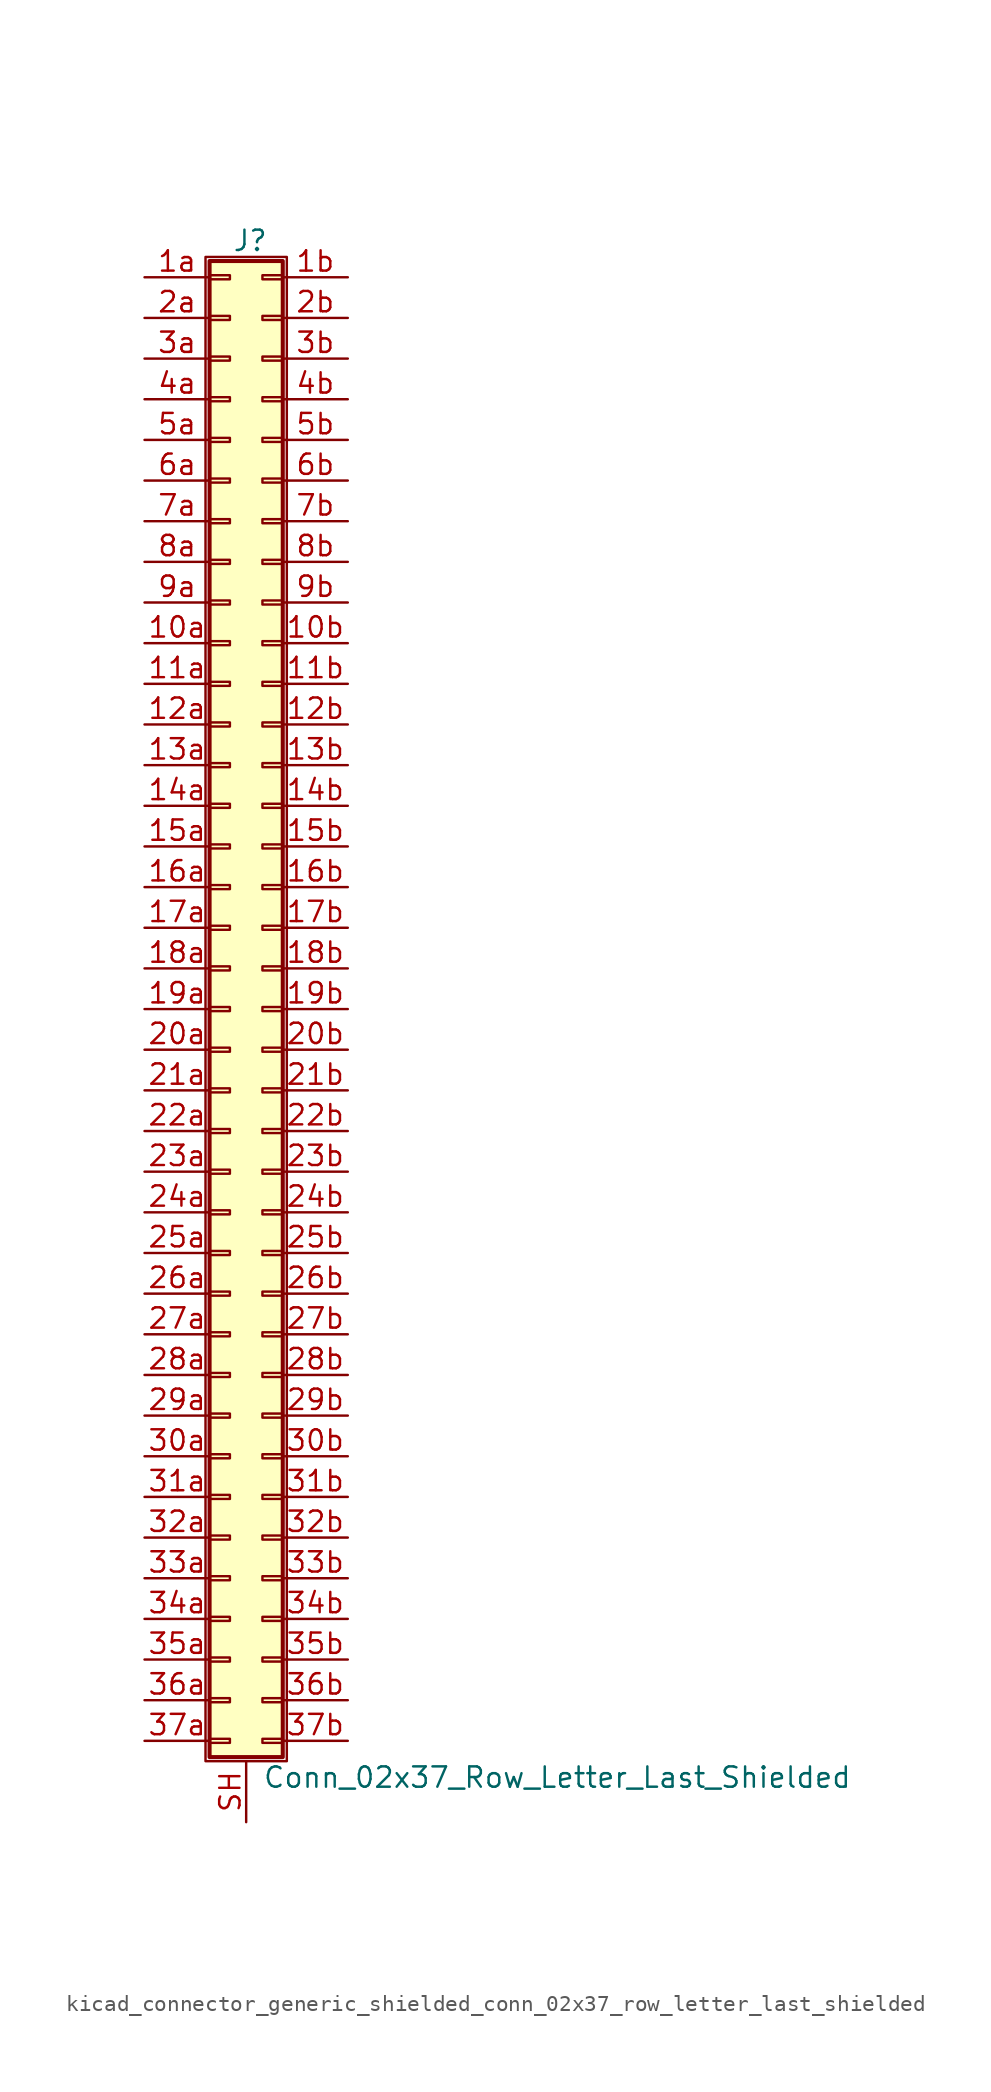
<source format=kicad_sym>
(kicad_symbol_lib
  (version 20220914)
  (generator kicad_symbol_editor)
  (symbol "kicad_connector_generic_shielded_conn_02x37_row_letter_last_shielded"
    (pin_names
      (offset 1.016) hide)
    (property "Reference" "J"
      (at 1.524 48.006 0)
      (effects (font (size 1.27 1.27))))
    (property "Value" "Conn_02x37_Row_Letter_Last_Shielded"
      (at 2.286 -48.006 0)
      (effects (font (size 1.27 1.27)) (justify left)))
    (symbol "kicad_connector_generic_shielded_conn_02x37_row_letter_last_shielded_1_1"
      (rectangle (start -1.27 46.99) (end 3.81 -46.99) (stroke (width 0.152) (type default)) (fill (type none)))
      (rectangle (start -1.016 -45.593) (end 0.254 -45.847) (stroke (width 0.152) (type default)) (fill (type none)))
      (rectangle (start -1.016 -43.053) (end 0.254 -43.307) (stroke (width 0.152) (type default)) (fill (type none)))
      (rectangle (start -1.016 -40.513) (end 0.254 -40.767) (stroke (width 0.152) (type default)) (fill (type none)))
      (rectangle (start -1.016 -37.973) (end 0.254 -38.227) (stroke (width 0.152) (type default)) (fill (type none)))
      (rectangle (start -1.016 -35.433) (end 0.254 -35.687) (stroke (width 0.152) (type default)) (fill (type none)))
      (rectangle (start -1.016 -32.893) (end 0.254 -33.147) (stroke (width 0.152) (type default)) (fill (type none)))
      (rectangle (start -1.016 -30.353) (end 0.254 -30.607) (stroke (width 0.152) (type default)) (fill (type none)))
      (rectangle (start -1.016 -27.813) (end 0.254 -28.067) (stroke (width 0.152) (type default)) (fill (type none)))
      (rectangle (start -1.016 -25.273) (end 0.254 -25.527) (stroke (width 0.152) (type default)) (fill (type none)))
      (rectangle (start -1.016 -22.733) (end 0.254 -22.987) (stroke (width 0.152) (type default)) (fill (type none)))
      (rectangle (start -1.016 -20.193) (end 0.254 -20.447) (stroke (width 0.152) (type default)) (fill (type none)))
      (rectangle (start -1.016 -17.653) (end 0.254 -17.907) (stroke (width 0.152) (type default)) (fill (type none)))
      (rectangle (start -1.016 -15.113) (end 0.254 -15.367) (stroke (width 0.152) (type default)) (fill (type none)))
      (rectangle (start -1.016 -12.573) (end 0.254 -12.827) (stroke (width 0.152) (type default)) (fill (type none)))
      (rectangle (start -1.016 -10.033) (end 0.254 -10.287) (stroke (width 0.152) (type default)) (fill (type none)))
      (rectangle (start -1.016 -7.493) (end 0.254 -7.747) (stroke (width 0.152) (type default)) (fill (type none)))
      (rectangle (start -1.016 -4.953) (end 0.254 -5.207) (stroke (width 0.152) (type default)) (fill (type none)))
      (rectangle (start -1.016 -2.413) (end 0.254 -2.667) (stroke (width 0.152) (type default)) (fill (type none)))
      (rectangle (start -1.016 0.127) (end 0.254 -0.127) (stroke (width 0.152) (type default)) (fill (type none)))
      (rectangle (start -1.016 2.667) (end 0.254 2.413) (stroke (width 0.152) (type default)) (fill (type none)))
      (rectangle (start -1.016 5.207) (end 0.254 4.953) (stroke (width 0.152) (type default)) (fill (type none)))
      (rectangle (start -1.016 7.747) (end 0.254 7.493) (stroke (width 0.152) (type default)) (fill (type none)))
      (rectangle (start -1.016 10.287) (end 0.254 10.033) (stroke (width 0.152) (type default)) (fill (type none)))
      (rectangle (start -1.016 12.827) (end 0.254 12.573) (stroke (width 0.152) (type default)) (fill (type none)))
      (rectangle (start -1.016 15.367) (end 0.254 15.113) (stroke (width 0.152) (type default)) (fill (type none)))
      (rectangle (start -1.016 17.907) (end 0.254 17.653) (stroke (width 0.152) (type default)) (fill (type none)))
      (rectangle (start -1.016 20.447) (end 0.254 20.193) (stroke (width 0.152) (type default)) (fill (type none)))
      (rectangle (start -1.016 22.987) (end 0.254 22.733) (stroke (width 0.152) (type default)) (fill (type none)))
      (rectangle (start -1.016 25.527) (end 0.254 25.273) (stroke (width 0.152) (type default)) (fill (type none)))
      (rectangle (start -1.016 28.067) (end 0.254 27.813) (stroke (width 0.152) (type default)) (fill (type none)))
      (rectangle (start -1.016 30.607) (end 0.254 30.353) (stroke (width 0.152) (type default)) (fill (type none)))
      (rectangle (start -1.016 33.147) (end 0.254 32.893) (stroke (width 0.152) (type default)) (fill (type none)))
      (rectangle (start -1.016 35.687) (end 0.254 35.433) (stroke (width 0.152) (type default)) (fill (type none)))
      (rectangle (start -1.016 38.227) (end 0.254 37.973) (stroke (width 0.152) (type default)) (fill (type none)))
      (rectangle (start -1.016 40.767) (end 0.254 40.513) (stroke (width 0.152) (type default)) (fill (type none)))
      (rectangle (start -1.016 43.307) (end 0.254 43.053) (stroke (width 0.152) (type default)) (fill (type none)))
      (rectangle (start -1.016 45.847) (end 0.254 45.593) (stroke (width 0.152) (type default)) (fill (type none)))
      (rectangle (start -1.016 46.736) (end 3.556 -46.736) (stroke (width 0.254) (type default)) (fill (type background)))
      (rectangle (start 3.556 -45.593) (end 2.286 -45.847) (stroke (width 0.152) (type default)) (fill (type none)))
      (rectangle (start 3.556 -43.053) (end 2.286 -43.307) (stroke (width 0.152) (type default)) (fill (type none)))
      (rectangle (start 3.556 -40.513) (end 2.286 -40.767) (stroke (width 0.152) (type default)) (fill (type none)))
      (rectangle (start 3.556 -37.973) (end 2.286 -38.227) (stroke (width 0.152) (type default)) (fill (type none)))
      (rectangle (start 3.556 -35.433) (end 2.286 -35.687) (stroke (width 0.152) (type default)) (fill (type none)))
      (rectangle (start 3.556 -32.893) (end 2.286 -33.147) (stroke (width 0.152) (type default)) (fill (type none)))
      (rectangle (start 3.556 -30.353) (end 2.286 -30.607) (stroke (width 0.152) (type default)) (fill (type none)))
      (rectangle (start 3.556 -27.813) (end 2.286 -28.067) (stroke (width 0.152) (type default)) (fill (type none)))
      (rectangle (start 3.556 -25.273) (end 2.286 -25.527) (stroke (width 0.152) (type default)) (fill (type none)))
      (rectangle (start 3.556 -22.733) (end 2.286 -22.987) (stroke (width 0.152) (type default)) (fill (type none)))
      (rectangle (start 3.556 -20.193) (end 2.286 -20.447) (stroke (width 0.152) (type default)) (fill (type none)))
      (rectangle (start 3.556 -17.653) (end 2.286 -17.907) (stroke (width 0.152) (type default)) (fill (type none)))
      (rectangle (start 3.556 -15.113) (end 2.286 -15.367) (stroke (width 0.152) (type default)) (fill (type none)))
      (rectangle (start 3.556 -12.573) (end 2.286 -12.827) (stroke (width 0.152) (type default)) (fill (type none)))
      (rectangle (start 3.556 -10.033) (end 2.286 -10.287) (stroke (width 0.152) (type default)) (fill (type none)))
      (rectangle (start 3.556 -7.493) (end 2.286 -7.747) (stroke (width 0.152) (type default)) (fill (type none)))
      (rectangle (start 3.556 -4.953) (end 2.286 -5.207) (stroke (width 0.152) (type default)) (fill (type none)))
      (rectangle (start 3.556 -2.413) (end 2.286 -2.667) (stroke (width 0.152) (type default)) (fill (type none)))
      (rectangle (start 3.556 0.127) (end 2.286 -0.127) (stroke (width 0.152) (type default)) (fill (type none)))
      (rectangle (start 3.556 2.667) (end 2.286 2.413) (stroke (width 0.152) (type default)) (fill (type none)))
      (rectangle (start 3.556 5.207) (end 2.286 4.953) (stroke (width 0.152) (type default)) (fill (type none)))
      (rectangle (start 3.556 7.747) (end 2.286 7.493) (stroke (width 0.152) (type default)) (fill (type none)))
      (rectangle (start 3.556 10.287) (end 2.286 10.033) (stroke (width 0.152) (type default)) (fill (type none)))
      (rectangle (start 3.556 12.827) (end 2.286 12.573) (stroke (width 0.152) (type default)) (fill (type none)))
      (rectangle (start 3.556 15.367) (end 2.286 15.113) (stroke (width 0.152) (type default)) (fill (type none)))
      (rectangle (start 3.556 17.907) (end 2.286 17.653) (stroke (width 0.152) (type default)) (fill (type none)))
      (rectangle (start 3.556 20.447) (end 2.286 20.193) (stroke (width 0.152) (type default)) (fill (type none)))
      (rectangle (start 3.556 22.987) (end 2.286 22.733) (stroke (width 0.152) (type default)) (fill (type none)))
      (rectangle (start 3.556 25.527) (end 2.286 25.273) (stroke (width 0.152) (type default)) (fill (type none)))
      (rectangle (start 3.556 28.067) (end 2.286 27.813) (stroke (width 0.152) (type default)) (fill (type none)))
      (rectangle (start 3.556 30.607) (end 2.286 30.353) (stroke (width 0.152) (type default)) (fill (type none)))
      (rectangle (start 3.556 33.147) (end 2.286 32.893) (stroke (width 0.152) (type default)) (fill (type none)))
      (rectangle (start 3.556 35.687) (end 2.286 35.433) (stroke (width 0.152) (type default)) (fill (type none)))
      (rectangle (start 3.556 38.227) (end 2.286 37.973) (stroke (width 0.152) (type default)) (fill (type none)))
      (rectangle (start 3.556 40.767) (end 2.286 40.513) (stroke (width 0.152) (type default)) (fill (type none)))
      (rectangle (start 3.556 43.307) (end 2.286 43.053) (stroke (width 0.152) (type default)) (fill (type none)))
      (rectangle (start 3.556 45.847) (end 2.286 45.593) (stroke (width 0.152) (type default)) (fill (type none)))
      (pin passive line (at -5.08 22.86 0) (length 4.064) (name "Pin_10a" (effects (font (size 1.27 1.27)))) (number "10a" (effects (font (size 1.27 1.27)))))
      (pin passive line (at 7.62 22.86 180) (length 4.064) (name "Pin_10b" (effects (font (size 1.27 1.27)))) (number "10b" (effects (font (size 1.27 1.27)))))
      (pin passive line (at -5.08 20.32 0) (length 4.064) (name "Pin_11a" (effects (font (size 1.27 1.27)))) (number "11a" (effects (font (size 1.27 1.27)))))
      (pin passive line (at 7.62 20.32 180) (length 4.064) (name "Pin_11b" (effects (font (size 1.27 1.27)))) (number "11b" (effects (font (size 1.27 1.27)))))
      (pin passive line (at -5.08 17.78 0) (length 4.064) (name "Pin_12a" (effects (font (size 1.27 1.27)))) (number "12a" (effects (font (size 1.27 1.27)))))
      (pin passive line (at 7.62 17.78 180) (length 4.064) (name "Pin_12b" (effects (font (size 1.27 1.27)))) (number "12b" (effects (font (size 1.27 1.27)))))
      (pin passive line (at -5.08 15.24 0) (length 4.064) (name "Pin_13a" (effects (font (size 1.27 1.27)))) (number "13a" (effects (font (size 1.27 1.27)))))
      (pin passive line (at 7.62 15.24 180) (length 4.064) (name "Pin_13b" (effects (font (size 1.27 1.27)))) (number "13b" (effects (font (size 1.27 1.27)))))
      (pin passive line (at -5.08 12.7 0) (length 4.064) (name "Pin_14a" (effects (font (size 1.27 1.27)))) (number "14a" (effects (font (size 1.27 1.27)))))
      (pin passive line (at 7.62 12.7 180) (length 4.064) (name "Pin_14b" (effects (font (size 1.27 1.27)))) (number "14b" (effects (font (size 1.27 1.27)))))
      (pin passive line (at -5.08 10.16 0) (length 4.064) (name "Pin_15a" (effects (font (size 1.27 1.27)))) (number "15a" (effects (font (size 1.27 1.27)))))
      (pin passive line (at 7.62 10.16 180) (length 4.064) (name "Pin_15b" (effects (font (size 1.27 1.27)))) (number "15b" (effects (font (size 1.27 1.27)))))
      (pin passive line (at -5.08 7.62 0) (length 4.064) (name "Pin_16a" (effects (font (size 1.27 1.27)))) (number "16a" (effects (font (size 1.27 1.27)))))
      (pin passive line (at 7.62 7.62 180) (length 4.064) (name "Pin_16b" (effects (font (size 1.27 1.27)))) (number "16b" (effects (font (size 1.27 1.27)))))
      (pin passive line (at -5.08 5.08 0) (length 4.064) (name "Pin_17a" (effects (font (size 1.27 1.27)))) (number "17a" (effects (font (size 1.27 1.27)))))
      (pin passive line (at 7.62 5.08 180) (length 4.064) (name "Pin_17b" (effects (font (size 1.27 1.27)))) (number "17b" (effects (font (size 1.27 1.27)))))
      (pin passive line (at -5.08 2.54 0) (length 4.064) (name "Pin_18a" (effects (font (size 1.27 1.27)))) (number "18a" (effects (font (size 1.27 1.27)))))
      (pin passive line (at 7.62 2.54 180) (length 4.064) (name "Pin_18b" (effects (font (size 1.27 1.27)))) (number "18b" (effects (font (size 1.27 1.27)))))
      (pin passive line (at -5.08 0 0) (length 4.064) (name "Pin_19a" (effects (font (size 1.27 1.27)))) (number "19a" (effects (font (size 1.27 1.27)))))
      (pin passive line (at 7.62 0 180) (length 4.064) (name "Pin_19b" (effects (font (size 1.27 1.27)))) (number "19b" (effects (font (size 1.27 1.27)))))
      (pin passive line (at -5.08 45.72 0) (length 4.064) (name "Pin_1a" (effects (font (size 1.27 1.27)))) (number "1a" (effects (font (size 1.27 1.27)))))
      (pin passive line (at 7.62 45.72 180) (length 4.064) (name "Pin_1b" (effects (font (size 1.27 1.27)))) (number "1b" (effects (font (size 1.27 1.27)))))
      (pin passive line (at -5.08 -2.54 0) (length 4.064) (name "Pin_20a" (effects (font (size 1.27 1.27)))) (number "20a" (effects (font (size 1.27 1.27)))))
      (pin passive line (at 7.62 -2.54 180) (length 4.064) (name "Pin_20b" (effects (font (size 1.27 1.27)))) (number "20b" (effects (font (size 1.27 1.27)))))
      (pin passive line (at -5.08 -5.08 0) (length 4.064) (name "Pin_21a" (effects (font (size 1.27 1.27)))) (number "21a" (effects (font (size 1.27 1.27)))))
      (pin passive line (at 7.62 -5.08 180) (length 4.064) (name "Pin_21b" (effects (font (size 1.27 1.27)))) (number "21b" (effects (font (size 1.27 1.27)))))
      (pin passive line (at -5.08 -7.62 0) (length 4.064) (name "Pin_22a" (effects (font (size 1.27 1.27)))) (number "22a" (effects (font (size 1.27 1.27)))))
      (pin passive line (at 7.62 -7.62 180) (length 4.064) (name "Pin_22b" (effects (font (size 1.27 1.27)))) (number "22b" (effects (font (size 1.27 1.27)))))
      (pin passive line (at -5.08 -10.16 0) (length 4.064) (name "Pin_23a" (effects (font (size 1.27 1.27)))) (number "23a" (effects (font (size 1.27 1.27)))))
      (pin passive line (at 7.62 -10.16 180) (length 4.064) (name "Pin_23b" (effects (font (size 1.27 1.27)))) (number "23b" (effects (font (size 1.27 1.27)))))
      (pin passive line (at -5.08 -12.7 0) (length 4.064) (name "Pin_24a" (effects (font (size 1.27 1.27)))) (number "24a" (effects (font (size 1.27 1.27)))))
      (pin passive line (at 7.62 -12.7 180) (length 4.064) (name "Pin_24b" (effects (font (size 1.27 1.27)))) (number "24b" (effects (font (size 1.27 1.27)))))
      (pin passive line (at -5.08 -15.24 0) (length 4.064) (name "Pin_25a" (effects (font (size 1.27 1.27)))) (number "25a" (effects (font (size 1.27 1.27)))))
      (pin passive line (at 7.62 -15.24 180) (length 4.064) (name "Pin_25b" (effects (font (size 1.27 1.27)))) (number "25b" (effects (font (size 1.27 1.27)))))
      (pin passive line (at -5.08 -17.78 0) (length 4.064) (name "Pin_26a" (effects (font (size 1.27 1.27)))) (number "26a" (effects (font (size 1.27 1.27)))))
      (pin passive line (at 7.62 -17.78 180) (length 4.064) (name "Pin_26b" (effects (font (size 1.27 1.27)))) (number "26b" (effects (font (size 1.27 1.27)))))
      (pin passive line (at -5.08 -20.32 0) (length 4.064) (name "Pin_27a" (effects (font (size 1.27 1.27)))) (number "27a" (effects (font (size 1.27 1.27)))))
      (pin passive line (at 7.62 -20.32 180) (length 4.064) (name "Pin_27b" (effects (font (size 1.27 1.27)))) (number "27b" (effects (font (size 1.27 1.27)))))
      (pin passive line (at -5.08 -22.86 0) (length 4.064) (name "Pin_28a" (effects (font (size 1.27 1.27)))) (number "28a" (effects (font (size 1.27 1.27)))))
      (pin passive line (at 7.62 -22.86 180) (length 4.064) (name "Pin_28b" (effects (font (size 1.27 1.27)))) (number "28b" (effects (font (size 1.27 1.27)))))
      (pin passive line (at -5.08 -25.4 0) (length 4.064) (name "Pin_29a" (effects (font (size 1.27 1.27)))) (number "29a" (effects (font (size 1.27 1.27)))))
      (pin passive line (at 7.62 -25.4 180) (length 4.064) (name "Pin_29b" (effects (font (size 1.27 1.27)))) (number "29b" (effects (font (size 1.27 1.27)))))
      (pin passive line (at -5.08 43.18 0) (length 4.064) (name "Pin_2a" (effects (font (size 1.27 1.27)))) (number "2a" (effects (font (size 1.27 1.27)))))
      (pin passive line (at 7.62 43.18 180) (length 4.064) (name "Pin_2b" (effects (font (size 1.27 1.27)))) (number "2b" (effects (font (size 1.27 1.27)))))
      (pin passive line (at -5.08 -27.94 0) (length 4.064) (name "Pin_30a" (effects (font (size 1.27 1.27)))) (number "30a" (effects (font (size 1.27 1.27)))))
      (pin passive line (at 7.62 -27.94 180) (length 4.064) (name "Pin_30b" (effects (font (size 1.27 1.27)))) (number "30b" (effects (font (size 1.27 1.27)))))
      (pin passive line (at -5.08 -30.48 0) (length 4.064) (name "Pin_31a" (effects (font (size 1.27 1.27)))) (number "31a" (effects (font (size 1.27 1.27)))))
      (pin passive line (at 7.62 -30.48 180) (length 4.064) (name "Pin_31b" (effects (font (size 1.27 1.27)))) (number "31b" (effects (font (size 1.27 1.27)))))
      (pin passive line (at -5.08 -33.02 0) (length 4.064) (name "Pin_32a" (effects (font (size 1.27 1.27)))) (number "32a" (effects (font (size 1.27 1.27)))))
      (pin passive line (at 7.62 -33.02 180) (length 4.064) (name "Pin_32b" (effects (font (size 1.27 1.27)))) (number "32b" (effects (font (size 1.27 1.27)))))
      (pin passive line (at -5.08 -35.56 0) (length 4.064) (name "Pin_33a" (effects (font (size 1.27 1.27)))) (number "33a" (effects (font (size 1.27 1.27)))))
      (pin passive line (at 7.62 -35.56 180) (length 4.064) (name "Pin_33b" (effects (font (size 1.27 1.27)))) (number "33b" (effects (font (size 1.27 1.27)))))
      (pin passive line (at -5.08 -38.1 0) (length 4.064) (name "Pin_34a" (effects (font (size 1.27 1.27)))) (number "34a" (effects (font (size 1.27 1.27)))))
      (pin passive line (at 7.62 -38.1 180) (length 4.064) (name "Pin_34b" (effects (font (size 1.27 1.27)))) (number "34b" (effects (font (size 1.27 1.27)))))
      (pin passive line (at -5.08 -40.64 0) (length 4.064) (name "Pin_35a" (effects (font (size 1.27 1.27)))) (number "35a" (effects (font (size 1.27 1.27)))))
      (pin passive line (at 7.62 -40.64 180) (length 4.064) (name "Pin_35b" (effects (font (size 1.27 1.27)))) (number "35b" (effects (font (size 1.27 1.27)))))
      (pin passive line (at -5.08 -43.18 0) (length 4.064) (name "Pin_36a" (effects (font (size 1.27 1.27)))) (number "36a" (effects (font (size 1.27 1.27)))))
      (pin passive line (at 7.62 -43.18 180) (length 4.064) (name "Pin_36b" (effects (font (size 1.27 1.27)))) (number "36b" (effects (font (size 1.27 1.27)))))
      (pin passive line (at -5.08 -45.72 0) (length 4.064) (name "Pin_37a" (effects (font (size 1.27 1.27)))) (number "37a" (effects (font (size 1.27 1.27)))))
      (pin passive line (at 7.62 -45.72 180) (length 4.064) (name "Pin_37b" (effects (font (size 1.27 1.27)))) (number "37b" (effects (font (size 1.27 1.27)))))
      (pin passive line (at -5.08 40.64 0) (length 4.064) (name "Pin_3a" (effects (font (size 1.27 1.27)))) (number "3a" (effects (font (size 1.27 1.27)))))
      (pin passive line (at 7.62 40.64 180) (length 4.064) (name "Pin_3b" (effects (font (size 1.27 1.27)))) (number "3b" (effects (font (size 1.27 1.27)))))
      (pin passive line (at -5.08 38.1 0) (length 4.064) (name "Pin_4a" (effects (font (size 1.27 1.27)))) (number "4a" (effects (font (size 1.27 1.27)))))
      (pin passive line (at 7.62 38.1 180) (length 4.064) (name "Pin_4b" (effects (font (size 1.27 1.27)))) (number "4b" (effects (font (size 1.27 1.27)))))
      (pin passive line (at -5.08 35.56 0) (length 4.064) (name "Pin_5a" (effects (font (size 1.27 1.27)))) (number "5a" (effects (font (size 1.27 1.27)))))
      (pin passive line (at 7.62 35.56 180) (length 4.064) (name "Pin_5b" (effects (font (size 1.27 1.27)))) (number "5b" (effects (font (size 1.27 1.27)))))
      (pin passive line (at -5.08 33.02 0) (length 4.064) (name "Pin_6a" (effects (font (size 1.27 1.27)))) (number "6a" (effects (font (size 1.27 1.27)))))
      (pin passive line (at 7.62 33.02 180) (length 4.064) (name "Pin_6b" (effects (font (size 1.27 1.27)))) (number "6b" (effects (font (size 1.27 1.27)))))
      (pin passive line (at -5.08 30.48 0) (length 4.064) (name "Pin_7a" (effects (font (size 1.27 1.27)))) (number "7a" (effects (font (size 1.27 1.27)))))
      (pin passive line (at 7.62 30.48 180) (length 4.064) (name "Pin_7b" (effects (font (size 1.27 1.27)))) (number "7b" (effects (font (size 1.27 1.27)))))
      (pin passive line (at -5.08 27.94 0) (length 4.064) (name "Pin_8a" (effects (font (size 1.27 1.27)))) (number "8a" (effects (font (size 1.27 1.27)))))
      (pin passive line (at 7.62 27.94 180) (length 4.064) (name "Pin_8b" (effects (font (size 1.27 1.27)))) (number "8b" (effects (font (size 1.27 1.27)))))
      (pin passive line (at -5.08 25.4 0) (length 4.064) (name "Pin_9a" (effects (font (size 1.27 1.27)))) (number "9a" (effects (font (size 1.27 1.27)))))
      (pin passive line (at 7.62 25.4 180) (length 4.064) (name "Pin_9b" (effects (font (size 1.27 1.27)))) (number "9b" (effects (font (size 1.27 1.27)))))
      (pin passive line (at 1.27 -50.8 90) (length 3.81) (name "Shield" (effects (font (size 1.27 1.27)))) (number "SH" (effects (font (size 1.27 1.27))))))))
</source>
